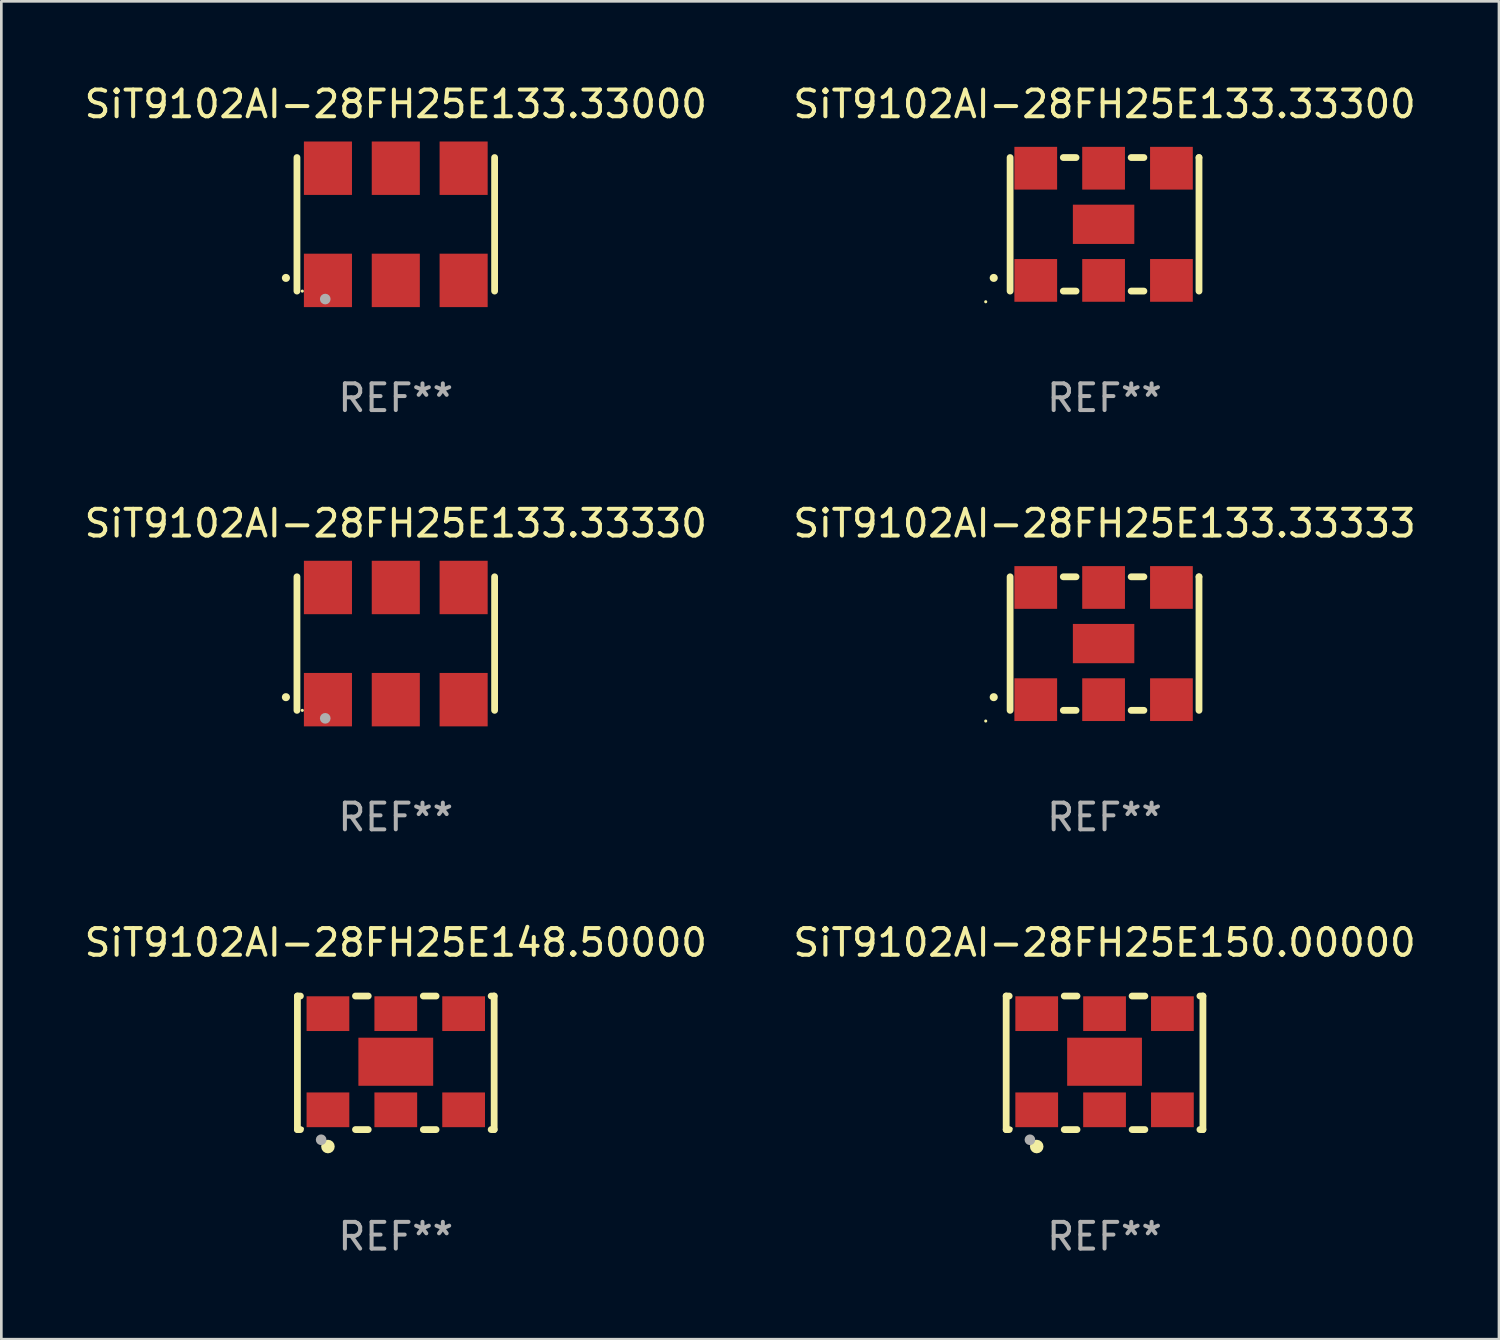
<source format=kicad_pcb>
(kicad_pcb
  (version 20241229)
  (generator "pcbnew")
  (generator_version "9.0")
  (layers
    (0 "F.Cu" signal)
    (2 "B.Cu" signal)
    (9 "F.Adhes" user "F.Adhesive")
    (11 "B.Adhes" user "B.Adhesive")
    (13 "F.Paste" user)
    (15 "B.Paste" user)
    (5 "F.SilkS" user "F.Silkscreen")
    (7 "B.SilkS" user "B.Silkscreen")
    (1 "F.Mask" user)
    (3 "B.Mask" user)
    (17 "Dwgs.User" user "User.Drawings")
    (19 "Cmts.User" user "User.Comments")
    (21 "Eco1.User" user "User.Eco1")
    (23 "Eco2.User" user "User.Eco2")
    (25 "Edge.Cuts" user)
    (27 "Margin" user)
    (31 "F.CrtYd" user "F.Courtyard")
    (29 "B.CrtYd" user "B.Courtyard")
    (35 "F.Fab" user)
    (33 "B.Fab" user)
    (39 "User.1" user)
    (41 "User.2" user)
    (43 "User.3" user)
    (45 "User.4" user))
  (footprint "SiT9102AI-28FH25E150.00000"
    (layer "F.Cu")
    (at 38.304 36.741)
    (property "Reference" "SiT9102AI-28FH25E150.00000" (at 0 -4.5 0) (layer "F.SilkS") (effects (font (size 1 1) (thickness 0.15))))
    (attr through_hole)
    (fp_line (start -3.683 -2.5) (end -3.571 -2.5) (stroke (width 0.254) (type solid)) (layer "F.SilkS"))
    (fp_line (start -3.683 2.5) (end -3.683 -2.5) (stroke (width 0.254) (type solid)) (layer "F.SilkS"))
    (fp_line (start -3.683 2.5) (end -3.571 2.5) (stroke (width 0.254) (type solid)) (layer "F.SilkS"))
    (fp_line (start -1.509 -2.5) (end -1.031 -2.5) (stroke (width 0.254) (type solid)) (layer "F.SilkS"))
    (fp_line (start -1.509 2.5) (end -1.031 2.5) (stroke (width 0.254) (type solid)) (layer "F.SilkS"))
    (fp_line (start 1.031 -2.5) (end 1.509 -2.5) (stroke (width 0.254) (type solid)) (layer "F.SilkS"))
    (fp_line (start 1.031 2.5) (end 1.509 2.5) (stroke (width 0.254) (type solid)) (layer "F.SilkS"))
    (fp_line (start 3.571 -2.5) (end 3.683 -2.5) (stroke (width 0.254) (type solid)) (layer "F.SilkS"))
    (fp_line (start 3.571 2.5) (end 3.683 2.5) (stroke (width 0.254) (type solid)) (layer "F.SilkS"))
    (fp_line (start 3.683 2.5) (end 3.683 -2.5) (stroke (width 0.254) (type solid)) (layer "F.SilkS"))
    (fp_circle (center -3.5 2.46) (end -3.47 2.46) (stroke (width 0.06) (type solid)) (fill no) (layer "F.SilkS"))
    (fp_circle (center -2.54 3.135) (end -2.413 3.135) (stroke (width 0.254) (type solid)) (fill no) (layer "F.SilkS"))
    (fp_circle (center -2.794 2.881) (end -2.694 2.881) (stroke (width 0.2) (type solid)) (fill no) (layer "F.Fab"))
    (fp_text user "REF**" (at 0 6.5 0) (layer "F.Fab") (effects (font (size 1 1) (thickness 0.15))))
    (pad "1" smd rect (at -2.54 1.76) (size 1.6 1.3) (layers "F.Cu" "F.Mask" "F.Paste"))
    (pad "2" smd rect (at 0 1.76) (size 1.6 1.3) (layers "F.Cu" "F.Mask" "F.Paste"))
    (pad "3" smd rect (at 2.54 1.76) (size 1.6 1.3) (layers "F.Cu" "F.Mask" "F.Paste"))
    (pad "4" smd rect (at 2.54 -1.84) (size 1.6 1.3) (layers "F.Cu" "F.Mask" "F.Paste"))
    (pad "5" smd rect (at 0 -1.84) (size 1.6 1.3) (layers "F.Cu" "F.Mask" "F.Paste"))
    (pad "6" smd rect (at -2.54 -1.84) (size 1.6 1.3) (layers "F.Cu" "F.Mask" "F.Paste"))
    (pad "7" smd rect (at 0 -0.04) (size 2.8 1.8) (layers "F.Cu" "F.Mask" "F.Paste")))
  (footprint "SiT9102AI-28FH25E133.33333"
    (layer "F.Cu")
    (at 38.304 21.045)
    (property "Reference" "SiT9102AI-28FH25E133.33333" (at 0 -4.5 0) (layer "F.SilkS") (effects (font (size 1 1) (thickness 0.15))))
    (attr through_hole)
    (fp_line (start -3.536 -2.5) (end -3.536 2.5) (stroke (width 0.254) (type solid)) (layer "F.SilkS"))
    (fp_line (start -1.544 2.5) (end -1.067 2.5) (stroke (width 0.254) (type solid)) (layer "F.SilkS"))
    (fp_line (start -1.067 -2.5) (end -1.544 -2.5) (stroke (width 0.254) (type solid)) (layer "F.SilkS"))
    (fp_line (start 0.996 2.5) (end 1.473 2.5) (stroke (width 0.254) (type solid)) (layer "F.SilkS"))
    (fp_line (start 1.473 -2.5) (end 0.996 -2.5) (stroke (width 0.254) (type solid)) (layer "F.SilkS"))
    (fp_line (start 3.536 -2.5) (end 3.536 -2.5) (stroke (width 0.254) (type solid)) (layer "F.SilkS"))
    (fp_line (start 3.536 2.5) (end 3.536 -2.5) (stroke (width 0.254) (type solid)) (layer "F.SilkS"))
    (fp_arc (start -4.150432 2.006604) (mid -4.149162 2.006599) (end -4.147892 2.006604) (stroke (width 0.3) (type solid)) (layer "F.SilkS"))
    (fp_circle (center -4.449 2.9) (end -4.419 2.9) (stroke (width 0.06) (type solid)) (fill no) (layer "F.SilkS"))
    (fp_text user "REF**" (at 0 6.5 0) (layer "F.Fab") (effects (font (size 1 1) (thickness 0.15))))
    (pad "1" smd rect (at -2.576 2.1) (size 1.6 1.6) (layers "F.Cu" "F.Mask" "F.Paste"))
    (pad "2" smd rect (at -0.036 2.1) (size 1.6 1.6) (layers "F.Cu" "F.Mask" "F.Paste"))
    (pad "3" smd rect (at 2.504 2.1) (size 1.6 1.6) (layers "F.Cu" "F.Mask" "F.Paste"))
    (pad "4" smd rect (at 2.504 -2.1) (size 1.6 1.6) (layers "F.Cu" "F.Mask" "F.Paste"))
    (pad "5" smd rect (at -0.036 -2.1) (size 1.6 1.6) (layers "F.Cu" "F.Mask" "F.Paste"))
    (pad "6" smd rect (at -2.576 -2.1) (size 1.6 1.6) (layers "F.Cu" "F.Mask" "F.Paste"))
    (pad "7" smd rect (at -0.036 0) (size 2.3 1.47) (layers "F.Cu" "F.Mask" "F.Paste")))
  (footprint "SiT9102AI-28FH25E133.33000"
    (layer "F.Cu")
    (at 11.768 5.348)
    (property "Reference" "SiT9102AI-28FH25E133.33000" (at 0 -4.5 0) (layer "F.SilkS") (effects (font (size 1 1) (thickness 0.15))))
    (attr through_hole)
    (fp_line (start -3.7 -2.5) (end -3.7 2.5) (stroke (width 0.254) (type solid)) (layer "F.SilkS"))
    (fp_line (start 3.7 -2.5) (end 3.7 2.5) (stroke (width 0.254) (type solid)) (layer "F.SilkS"))
    (fp_arc (start -4.114415 2.006604) (mid -4.113145 2.006599) (end -4.111875 2.006604) (stroke (width 0.3) (type solid)) (layer "F.SilkS"))
    (fp_circle (center -3.5 2.501) (end -3.47 2.501) (stroke (width 0.06) (type solid)) (fill no) (layer "F.SilkS"))
    (fp_circle (center -2.641 2.799) (end -2.541 2.799) (stroke (width 0.2) (type solid)) (fill no) (layer "F.Fab"))
    (fp_text user "REF**" (at 0 6.5 0) (layer "F.Fab") (effects (font (size 1 1) (thickness 0.15))))
    (pad "1" smd rect (at -2.54 2.1) (size 1.8 2) (layers "F.Cu" "F.Mask" "F.Paste"))
    (pad "2" smd rect (at 0.000394 2.1) (size 1.8 2) (layers "F.Cu" "F.Mask" "F.Paste"))
    (pad "3" smd rect (at 2.54 2.1) (size 1.8 2) (layers "F.Cu" "F.Mask" "F.Paste"))
    (pad "4" smd rect (at 2.54 -2.1) (size 1.8 2) (layers "F.Cu" "F.Mask" "F.Paste"))
    (pad "5" smd rect (at 0.000394 -2.1) (size 1.8 2) (layers "F.Cu" "F.Mask" "F.Paste"))
    (pad "6" smd rect (at -2.54 -2.1) (size 1.8 2) (layers "F.Cu" "F.Mask" "F.Paste")))
  (footprint "SiT9102AI-28FH25E148.50000"
    (layer "F.Cu")
    (at 11.768 36.741)
    (property "Reference" "SiT9102AI-28FH25E148.50000" (at 0 -4.5 0) (layer "F.SilkS") (effects (font (size 1 1) (thickness 0.15))))
    (attr through_hole)
    (fp_line (start -3.683 -2.5) (end -3.571 -2.5) (stroke (width 0.254) (type solid)) (layer "F.SilkS"))
    (fp_line (start -3.683 2.5) (end -3.683 -2.5) (stroke (width 0.254) (type solid)) (layer "F.SilkS"))
    (fp_line (start -3.683 2.5) (end -3.571 2.5) (stroke (width 0.254) (type solid)) (layer "F.SilkS"))
    (fp_line (start -1.509 -2.5) (end -1.031 -2.5) (stroke (width 0.254) (type solid)) (layer "F.SilkS"))
    (fp_line (start -1.509 2.5) (end -1.031 2.5) (stroke (width 0.254) (type solid)) (layer "F.SilkS"))
    (fp_line (start 1.031 -2.5) (end 1.509 -2.5) (stroke (width 0.254) (type solid)) (layer "F.SilkS"))
    (fp_line (start 1.031 2.5) (end 1.509 2.5) (stroke (width 0.254) (type solid)) (layer "F.SilkS"))
    (fp_line (start 3.571 -2.5) (end 3.683 -2.5) (stroke (width 0.254) (type solid)) (layer "F.SilkS"))
    (fp_line (start 3.571 2.5) (end 3.683 2.5) (stroke (width 0.254) (type solid)) (layer "F.SilkS"))
    (fp_line (start 3.683 2.5) (end 3.683 -2.5) (stroke (width 0.254) (type solid)) (layer "F.SilkS"))
    (fp_circle (center -3.5 2.46) (end -3.47 2.46) (stroke (width 0.06) (type solid)) (fill no) (layer "F.SilkS"))
    (fp_circle (center -2.54 3.135) (end -2.413 3.135) (stroke (width 0.254) (type solid)) (fill no) (layer "F.SilkS"))
    (fp_circle (center -2.794 2.881) (end -2.694 2.881) (stroke (width 0.2) (type solid)) (fill no) (layer "F.Fab"))
    (fp_text user "REF**" (at 0 6.5 0) (layer "F.Fab") (effects (font (size 1 1) (thickness 0.15))))
    (pad "1" smd rect (at -2.54 1.76) (size 1.6 1.3) (layers "F.Cu" "F.Mask" "F.Paste"))
    (pad "2" smd rect (at 0 1.76) (size 1.6 1.3) (layers "F.Cu" "F.Mask" "F.Paste"))
    (pad "3" smd rect (at 2.54 1.76) (size 1.6 1.3) (layers "F.Cu" "F.Mask" "F.Paste"))
    (pad "4" smd rect (at 2.54 -1.84) (size 1.6 1.3) (layers "F.Cu" "F.Mask" "F.Paste"))
    (pad "5" smd rect (at 0 -1.84) (size 1.6 1.3) (layers "F.Cu" "F.Mask" "F.Paste"))
    (pad "6" smd rect (at -2.54 -1.84) (size 1.6 1.3) (layers "F.Cu" "F.Mask" "F.Paste"))
    (pad "7" smd rect (at 0 -0.04) (size 2.8 1.8) (layers "F.Cu" "F.Mask" "F.Paste")))
  (footprint "SiT9102AI-28FH25E133.33300"
    (layer "F.Cu")
    (at 38.304 5.348)
    (property "Reference" "SiT9102AI-28FH25E133.33300" (at 0 -4.5 0) (layer "F.SilkS") (effects (font (size 1 1) (thickness 0.15))))
    (attr through_hole)
    (fp_line (start -3.536 -2.5) (end -3.536 2.5) (stroke (width 0.254) (type solid)) (layer "F.SilkS"))
    (fp_line (start -1.544 2.5) (end -1.067 2.5) (stroke (width 0.254) (type solid)) (layer "F.SilkS"))
    (fp_line (start -1.067 -2.5) (end -1.544 -2.5) (stroke (width 0.254) (type solid)) (layer "F.SilkS"))
    (fp_line (start 0.996 2.5) (end 1.473 2.5) (stroke (width 0.254) (type solid)) (layer "F.SilkS"))
    (fp_line (start 1.473 -2.5) (end 0.996 -2.5) (stroke (width 0.254) (type solid)) (layer "F.SilkS"))
    (fp_line (start 3.536 -2.5) (end 3.536 -2.5) (stroke (width 0.254) (type solid)) (layer "F.SilkS"))
    (fp_line (start 3.536 2.5) (end 3.536 -2.5) (stroke (width 0.254) (type solid)) (layer "F.SilkS"))
    (fp_arc (start -4.150432 2.006604) (mid -4.149162 2.006599) (end -4.147892 2.006604) (stroke (width 0.3) (type solid)) (layer "F.SilkS"))
    (fp_circle (center -4.449 2.9) (end -4.419 2.9) (stroke (width 0.06) (type solid)) (fill no) (layer "F.SilkS"))
    (fp_text user "REF**" (at 0 6.5 0) (layer "F.Fab") (effects (font (size 1 1) (thickness 0.15))))
    (pad "1" smd rect (at -2.576 2.1) (size 1.6 1.6) (layers "F.Cu" "F.Mask" "F.Paste"))
    (pad "2" smd rect (at -0.036 2.1) (size 1.6 1.6) (layers "F.Cu" "F.Mask" "F.Paste"))
    (pad "3" smd rect (at 2.504 2.1) (size 1.6 1.6) (layers "F.Cu" "F.Mask" "F.Paste"))
    (pad "4" smd rect (at 2.504 -2.1) (size 1.6 1.6) (layers "F.Cu" "F.Mask" "F.Paste"))
    (pad "5" smd rect (at -0.036 -2.1) (size 1.6 1.6) (layers "F.Cu" "F.Mask" "F.Paste"))
    (pad "6" smd rect (at -2.576 -2.1) (size 1.6 1.6) (layers "F.Cu" "F.Mask" "F.Paste"))
    (pad "7" smd rect (at -0.036 0) (size 2.3 1.47) (layers "F.Cu" "F.Mask" "F.Paste")))
  (footprint "SiT9102AI-28FH25E133.33330"
    (layer "F.Cu")
    (at 11.768 21.045)
    (property "Reference" "SiT9102AI-28FH25E133.33330" (at 0 -4.5 0) (layer "F.SilkS") (effects (font (size 1 1) (thickness 0.15))))
    (attr through_hole)
    (fp_line (start -3.7 -2.5) (end -3.7 2.5) (stroke (width 0.254) (type solid)) (layer "F.SilkS"))
    (fp_line (start 3.7 -2.5) (end 3.7 2.5) (stroke (width 0.254) (type solid)) (layer "F.SilkS"))
    (fp_arc (start -4.114415 2.006604) (mid -4.113145 2.006599) (end -4.111875 2.006604) (stroke (width 0.3) (type solid)) (layer "F.SilkS"))
    (fp_circle (center -3.5 2.501) (end -3.47 2.501) (stroke (width 0.06) (type solid)) (fill no) (layer "F.SilkS"))
    (fp_circle (center -2.641 2.799) (end -2.541 2.799) (stroke (width 0.2) (type solid)) (fill no) (layer "F.Fab"))
    (fp_text user "REF**" (at 0 6.5 0) (layer "F.Fab") (effects (font (size 1 1) (thickness 0.15))))
    (pad "1" smd rect (at -2.54 2.1) (size 1.8 2) (layers "F.Cu" "F.Mask" "F.Paste"))
    (pad "2" smd rect (at 0.000394 2.1) (size 1.8 2) (layers "F.Cu" "F.Mask" "F.Paste"))
    (pad "3" smd rect (at 2.54 2.1) (size 1.8 2) (layers "F.Cu" "F.Mask" "F.Paste"))
    (pad "4" smd rect (at 2.54 -2.1) (size 1.8 2) (layers "F.Cu" "F.Mask" "F.Paste"))
    (pad "5" smd rect (at 0.000394 -2.1) (size 1.8 2) (layers "F.Cu" "F.Mask" "F.Paste"))
    (pad "6" smd rect (at -2.54 -2.1) (size 1.8 2) (layers "F.Cu" "F.Mask" "F.Paste")))
  (gr_rect
    (start -3 -3)
    (end 53.071 47.09)
    (stroke (width 0.1) (type default))
    (fill no)
    (layer "Edge.Cuts")))
</source>
